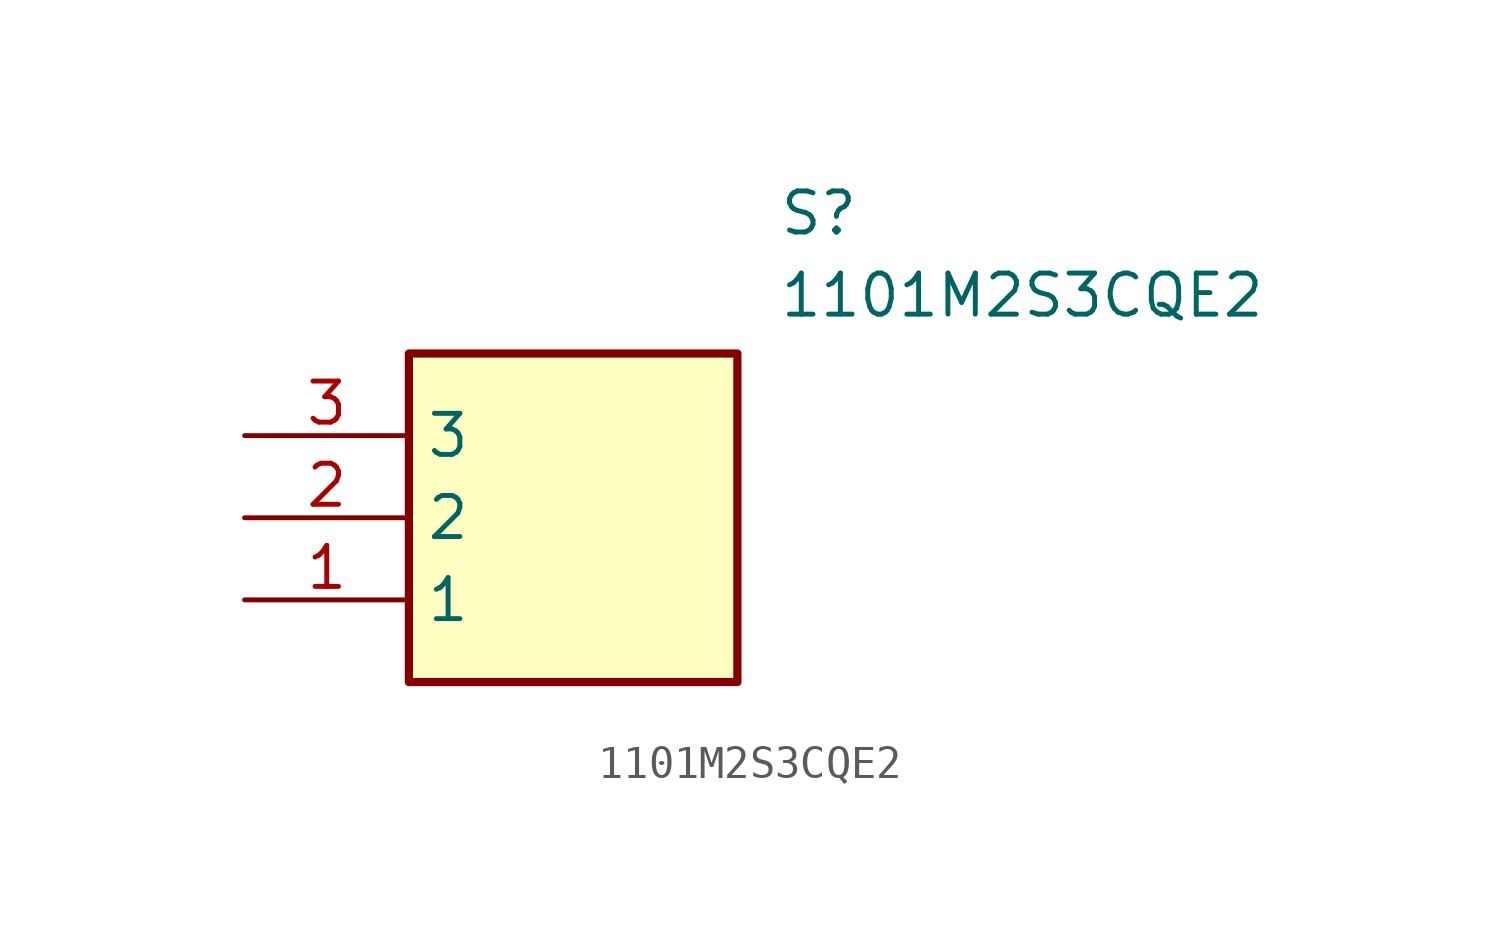
<source format=kicad_sym>
(kicad_symbol_lib
  (version 20211014)
  (generator SamacSys_ECAD_Model)
  (symbol "1101M2S3CQE2"
    (property "Reference" "S"
      (at 16.51 7.62 0)
      (effects (font (size 1.27 1.27)) (justify left top)))
    (property "Value" "1101M2S3CQE2"
      (at 16.51 5.08 0)
      (effects (font (size 1.27 1.27)) (justify left top)))
    (rectangle
      (start 5.08 2.54)
      (end 15.24 -7.62)
      (stroke (width 0.254) (type default))
      (fill (type background)))
    (pin passive line
      (at 0 -5.08 0)
      (length 5.08)
      (name "1" (effects (font (size 1.27 1.27))))
      (number "1" (effects (font (size 1.27 1.27)))))
    (pin passive line
      (at 0 -2.54 0)
      (length 5.08)
      (name "2" (effects (font (size 1.27 1.27))))
      (number "2" (effects (font (size 1.27 1.27)))))
    (pin passive line
      (at 0 0 0)
      (length 5.08)
      (name "3" (effects (font (size 1.27 1.27))))
      (number "3" (effects (font (size 1.27 1.27)))))))
</source>
